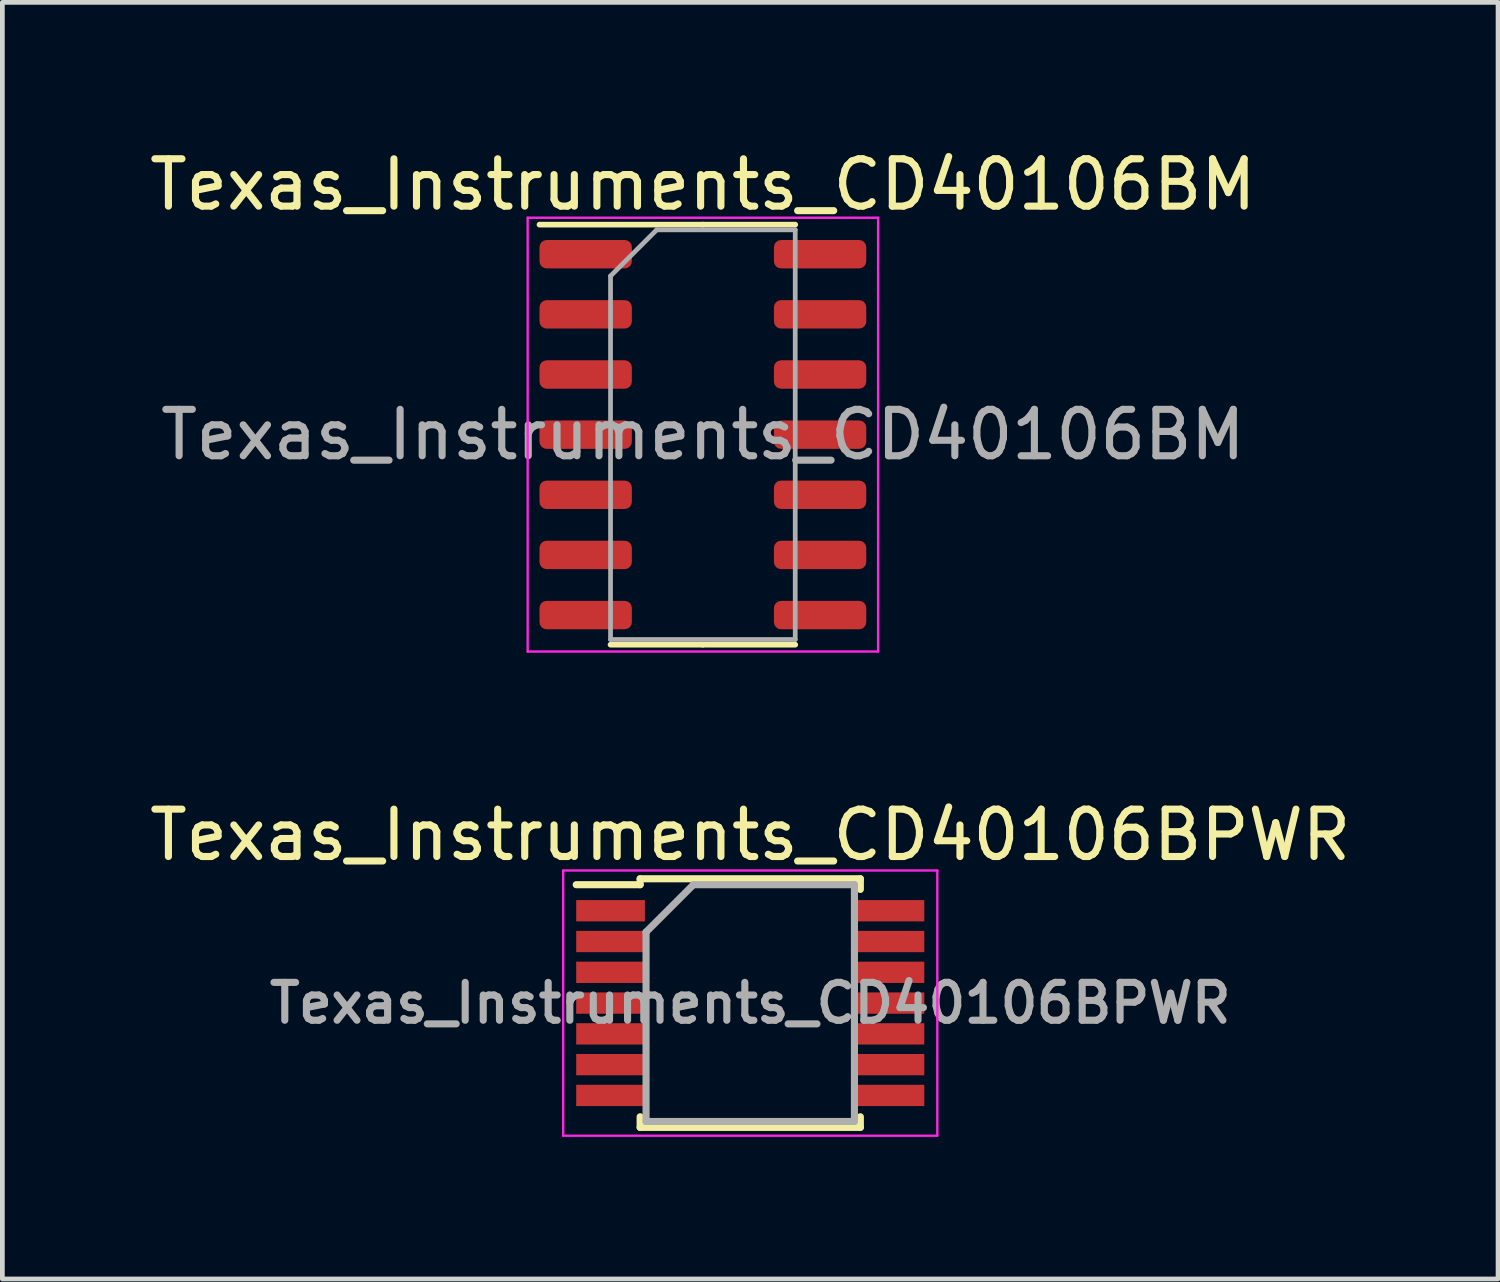
<source format=kicad_pcb>
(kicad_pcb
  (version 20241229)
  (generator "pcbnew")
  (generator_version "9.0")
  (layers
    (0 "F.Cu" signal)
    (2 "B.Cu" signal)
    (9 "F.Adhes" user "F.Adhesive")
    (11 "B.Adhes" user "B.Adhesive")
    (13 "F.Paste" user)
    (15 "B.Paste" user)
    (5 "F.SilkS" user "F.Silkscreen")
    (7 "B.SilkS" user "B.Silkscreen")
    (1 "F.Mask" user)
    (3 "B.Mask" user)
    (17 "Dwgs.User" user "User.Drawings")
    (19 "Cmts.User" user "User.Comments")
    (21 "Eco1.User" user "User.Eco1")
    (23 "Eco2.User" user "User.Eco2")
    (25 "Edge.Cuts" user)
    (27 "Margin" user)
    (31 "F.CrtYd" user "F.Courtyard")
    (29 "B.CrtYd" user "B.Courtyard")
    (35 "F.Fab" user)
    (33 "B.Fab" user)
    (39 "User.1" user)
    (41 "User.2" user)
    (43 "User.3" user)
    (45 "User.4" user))
  (footprint "Texas_Instruments_CD40106BPWR"
    (layer "F.Cu")
    (at 12.792 18.131)
    (property "Reference" "Texas_Instruments_CD40106BPWR" (at 0 -3.55 0) (layer "F.SilkS") (effects (font (size 1 1) (thickness 0.15))))
    (attr smd)
    (fp_line (start -2.325 -2.625) (end -2.325 -2.5) (stroke (width 0.15) (type solid)) (layer "F.SilkS"))
    (fp_line (start -2.325 -2.625) (end 2.325 -2.625) (stroke (width 0.15) (type solid)) (layer "F.SilkS"))
    (fp_line (start -2.325 -2.5) (end -3.675 -2.5) (stroke (width 0.15) (type solid)) (layer "F.SilkS"))
    (fp_line (start -2.325 2.625) (end -2.325 2.4) (stroke (width 0.15) (type solid)) (layer "F.SilkS"))
    (fp_line (start -2.325 2.625) (end 2.325 2.625) (stroke (width 0.15) (type solid)) (layer "F.SilkS"))
    (fp_line (start 2.325 -2.625) (end 2.325 -2.4) (stroke (width 0.15) (type solid)) (layer "F.SilkS"))
    (fp_line (start 2.325 2.625) (end 2.325 2.4) (stroke (width 0.15) (type solid)) (layer "F.SilkS"))
    (fp_line (start -3.95 -2.8) (end -3.95 2.8) (stroke (width 0.05) (type solid)) (layer "F.CrtYd"))
    (fp_line (start -3.95 -2.8) (end 3.95 -2.8) (stroke (width 0.05) (type solid)) (layer "F.CrtYd"))
    (fp_line (start -3.95 2.8) (end 3.95 2.8) (stroke (width 0.05) (type solid)) (layer "F.CrtYd"))
    (fp_line (start 3.95 -2.8) (end 3.95 2.8) (stroke (width 0.05) (type solid)) (layer "F.CrtYd"))
    (fp_line (start -2.2 -1.5) (end -1.2 -2.5) (stroke (width 0.15) (type solid)) (layer "F.Fab"))
    (fp_line (start -2.2 2.5) (end -2.2 -1.5) (stroke (width 0.15) (type solid)) (layer "F.Fab"))
    (fp_line (start -1.2 -2.5) (end 2.2 -2.5) (stroke (width 0.15) (type solid)) (layer "F.Fab"))
    (fp_line (start 2.2 -2.5) (end 2.2 2.5) (stroke (width 0.15) (type solid)) (layer "F.Fab"))
    (fp_line (start 2.2 2.5) (end -2.2 2.5) (stroke (width 0.15) (type solid)) (layer "F.Fab"))
    (fp_text user "${REFERENCE}" (at 0 0 0) (layer "F.Fab") (effects (font (size 0.8 0.8) (thickness 0.15))))
    (pad "1" smd rect (at -2.95 -1.95) (size 1.45 0.45) (layers "F.Cu" "F.Mask" "F.Paste"))
    (pad "2" smd rect (at -2.95 -1.3) (size 1.45 0.45) (layers "F.Cu" "F.Mask" "F.Paste"))
    (pad "3" smd rect (at -2.95 -0.65) (size 1.45 0.45) (layers "F.Cu" "F.Mask" "F.Paste"))
    (pad "4" smd rect (at -2.95 0) (size 1.45 0.45) (layers "F.Cu" "F.Mask" "F.Paste"))
    (pad "5" smd rect (at -2.95 0.65) (size 1.45 0.45) (layers "F.Cu" "F.Mask" "F.Paste"))
    (pad "6" smd rect (at -2.95 1.3) (size 1.45 0.45) (layers "F.Cu" "F.Mask" "F.Paste"))
    (pad "7" smd rect (at -2.95 1.95) (size 1.45 0.45) (layers "F.Cu" "F.Mask" "F.Paste"))
    (pad "8" smd rect (at 2.95 1.95) (size 1.45 0.45) (layers "F.Cu" "F.Mask" "F.Paste"))
    (pad "9" smd rect (at 2.95 1.3) (size 1.45 0.45) (layers "F.Cu" "F.Mask" "F.Paste"))
    (pad "10" smd rect (at 2.95 0.65) (size 1.45 0.45) (layers "F.Cu" "F.Mask" "F.Paste"))
    (pad "11" smd rect (at 2.95 0) (size 1.45 0.45) (layers "F.Cu" "F.Mask" "F.Paste"))
    (pad "12" smd rect (at 2.95 -0.65) (size 1.45 0.45) (layers "F.Cu" "F.Mask" "F.Paste"))
    (pad "13" smd rect (at 2.95 -1.3) (size 1.45 0.45) (layers "F.Cu" "F.Mask" "F.Paste"))
    (pad "14" smd rect (at 2.95 -1.95) (size 1.45 0.45) (layers "F.Cu" "F.Mask" "F.Paste")))
  (footprint "Texas_Instruments_CD40106BM"
    (layer "F.Cu")
    (at 11.792 6.128)
    (property "Reference" "Texas_Instruments_CD40106BM" (at 0 -5.28 0) (layer "F.SilkS") (effects (font (size 1 1) (thickness 0.15))))
    (attr smd)
    (fp_line (start 0 -4.435) (end -3.45 -4.435) (stroke (width 0.12) (type solid)) (layer "F.SilkS"))
    (fp_line (start 0 -4.435) (end 1.95 -4.435) (stroke (width 0.12) (type solid)) (layer "F.SilkS"))
    (fp_line (start 0 4.435) (end -1.95 4.435) (stroke (width 0.12) (type solid)) (layer "F.SilkS"))
    (fp_line (start 0 4.435) (end 1.95 4.435) (stroke (width 0.12) (type solid)) (layer "F.SilkS"))
    (fp_line (start -3.7 -4.58) (end -3.7 4.58) (stroke (width 0.05) (type solid)) (layer "F.CrtYd"))
    (fp_line (start -3.7 4.58) (end 3.7 4.58) (stroke (width 0.05) (type solid)) (layer "F.CrtYd"))
    (fp_line (start 3.7 -4.58) (end -3.7 -4.58) (stroke (width 0.05) (type solid)) (layer "F.CrtYd"))
    (fp_line (start 3.7 4.58) (end 3.7 -4.58) (stroke (width 0.05) (type solid)) (layer "F.CrtYd"))
    (fp_line (start -1.95 -3.35) (end -0.975 -4.325) (stroke (width 0.1) (type solid)) (layer "F.Fab"))
    (fp_line (start -1.95 4.325) (end -1.95 -3.35) (stroke (width 0.1) (type solid)) (layer "F.Fab"))
    (fp_line (start -0.975 -4.325) (end 1.95 -4.325) (stroke (width 0.1) (type solid)) (layer "F.Fab"))
    (fp_line (start 1.95 -4.325) (end 1.95 4.325) (stroke (width 0.1) (type solid)) (layer "F.Fab"))
    (fp_line (start 1.95 4.325) (end -1.95 4.325) (stroke (width 0.1) (type solid)) (layer "F.Fab"))
    (fp_text user "${REFERENCE}" (at 0 0 0) (layer "F.Fab") (effects (font (size 0.98 0.98) (thickness 0.15))))
    (pad "1" smd roundrect (at -2.475 -3.81) (size 1.95 0.6) (layers "F.Cu" "F.Mask" "F.Paste") (roundrect_rratio 0.25))
    (pad "2" smd roundrect (at -2.475 -2.54) (size 1.95 0.6) (layers "F.Cu" "F.Mask" "F.Paste") (roundrect_rratio 0.25))
    (pad "3" smd roundrect (at -2.475 -1.27) (size 1.95 0.6) (layers "F.Cu" "F.Mask" "F.Paste") (roundrect_rratio 0.25))
    (pad "4" smd roundrect (at -2.475 0) (size 1.95 0.6) (layers "F.Cu" "F.Mask" "F.Paste") (roundrect_rratio 0.25))
    (pad "5" smd roundrect (at -2.475 1.27) (size 1.95 0.6) (layers "F.Cu" "F.Mask" "F.Paste") (roundrect_rratio 0.25))
    (pad "6" smd roundrect (at -2.475 2.54) (size 1.95 0.6) (layers "F.Cu" "F.Mask" "F.Paste") (roundrect_rratio 0.25))
    (pad "7" smd roundrect (at -2.475 3.81) (size 1.95 0.6) (layers "F.Cu" "F.Mask" "F.Paste") (roundrect_rratio 0.25))
    (pad "8" smd roundrect (at 2.475 3.81) (size 1.95 0.6) (layers "F.Cu" "F.Mask" "F.Paste") (roundrect_rratio 0.25))
    (pad "9" smd roundrect (at 2.475 2.54) (size 1.95 0.6) (layers "F.Cu" "F.Mask" "F.Paste") (roundrect_rratio 0.25))
    (pad "10" smd roundrect (at 2.475 1.27) (size 1.95 0.6) (layers "F.Cu" "F.Mask" "F.Paste") (roundrect_rratio 0.25))
    (pad "11" smd roundrect (at 2.475 0) (size 1.95 0.6) (layers "F.Cu" "F.Mask" "F.Paste") (roundrect_rratio 0.25))
    (pad "12" smd roundrect (at 2.475 -1.27) (size 1.95 0.6) (layers "F.Cu" "F.Mask" "F.Paste") (roundrect_rratio 0.25))
    (pad "13" smd roundrect (at 2.475 -2.54) (size 1.95 0.6) (layers "F.Cu" "F.Mask" "F.Paste") (roundrect_rratio 0.25))
    (pad "14" smd roundrect (at 2.475 -3.81) (size 1.95 0.6) (layers "F.Cu" "F.Mask" "F.Paste") (roundrect_rratio 0.25)))
  (gr_rect
    (start -3 -3)
    (end 28.583 23.956)
    (stroke (width 0.1) (type default))
    (fill no)
    (layer "Edge.Cuts")))
</source>
